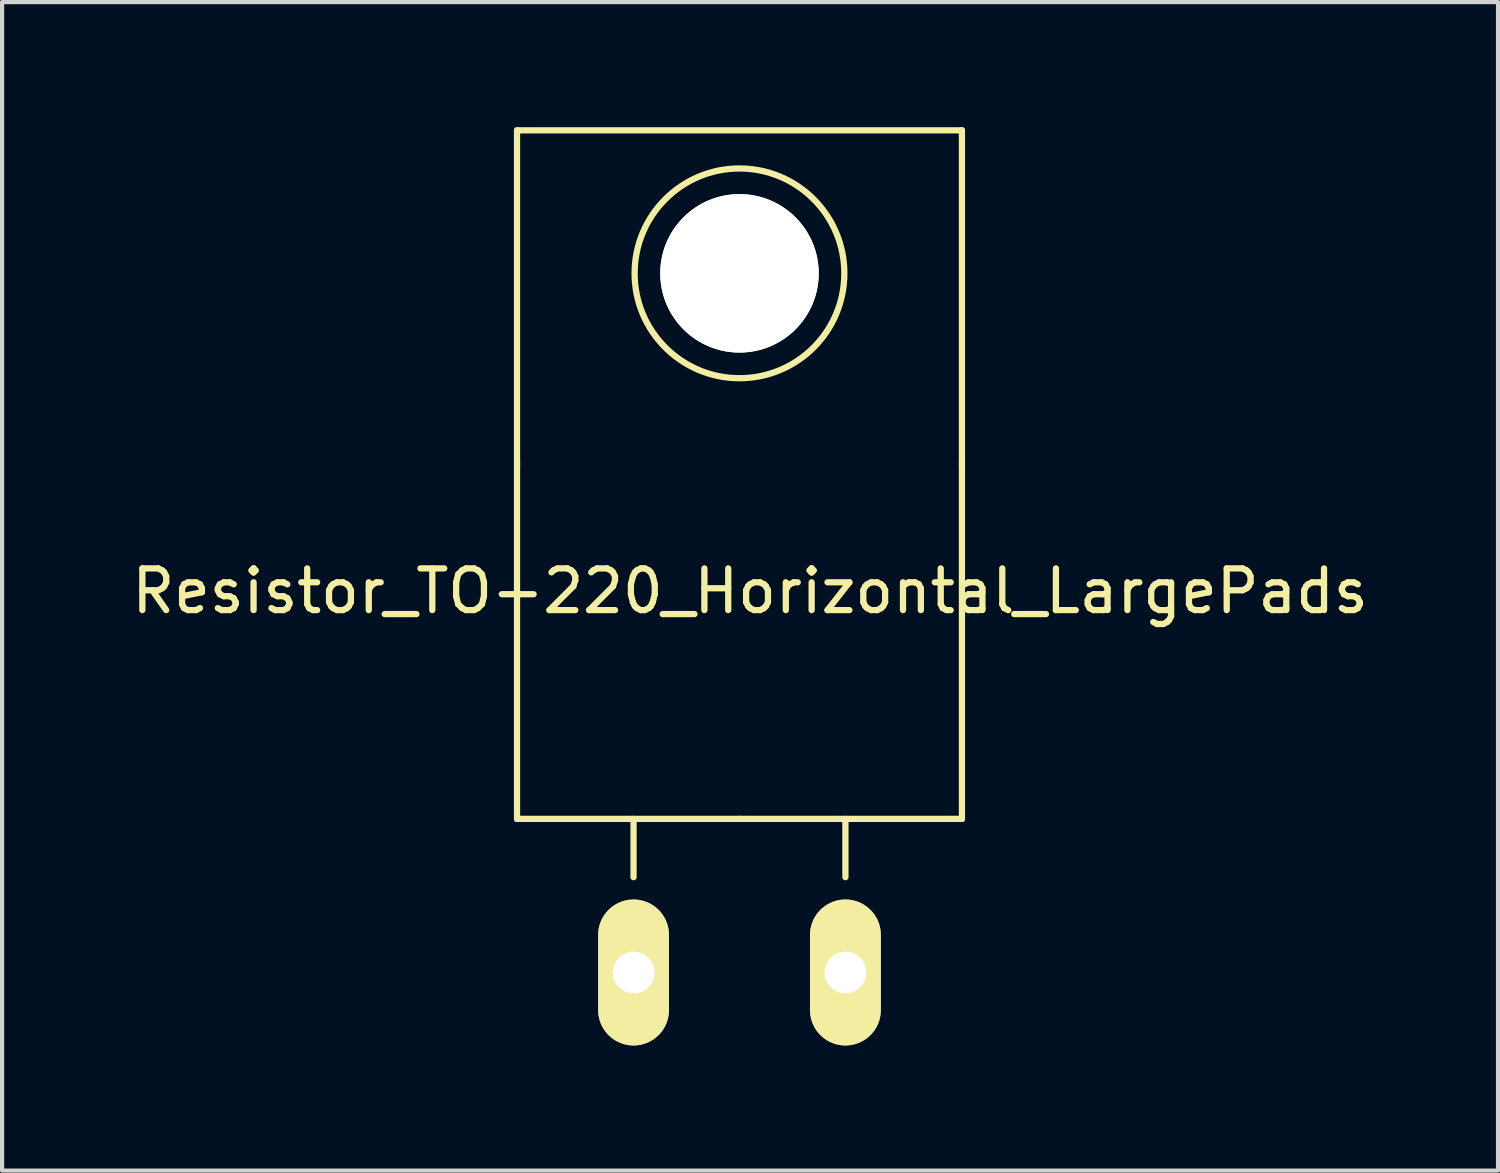
<source format=kicad_pcb>
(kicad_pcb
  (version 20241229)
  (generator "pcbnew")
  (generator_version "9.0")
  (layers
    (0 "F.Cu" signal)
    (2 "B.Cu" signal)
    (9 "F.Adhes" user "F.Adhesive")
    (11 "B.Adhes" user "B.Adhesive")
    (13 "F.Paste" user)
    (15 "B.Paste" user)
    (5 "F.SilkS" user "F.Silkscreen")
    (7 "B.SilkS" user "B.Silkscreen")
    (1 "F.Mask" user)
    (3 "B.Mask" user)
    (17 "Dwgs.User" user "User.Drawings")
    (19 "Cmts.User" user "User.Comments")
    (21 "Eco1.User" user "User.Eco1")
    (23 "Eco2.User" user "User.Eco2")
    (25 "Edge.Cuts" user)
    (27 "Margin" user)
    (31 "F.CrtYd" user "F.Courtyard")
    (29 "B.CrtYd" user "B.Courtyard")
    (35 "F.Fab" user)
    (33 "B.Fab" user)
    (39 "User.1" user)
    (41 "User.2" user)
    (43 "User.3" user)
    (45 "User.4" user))
  (footprint "Resistor_TO-220_Horizontal_LargePads"
    (layer "F.Cu")
    (at 14.681 20.268)
    (property "Reference" "Resistor_TO-220_Horizontal_LargePads" (at 0.254 -9.144 0) (layer "F.SilkS") (effects (font (size 1 1) (thickness 0.15))))
    (attr through_hole)
    (fp_line (start -5.334 -20.193) (end -5.334 -12.192) (stroke (width 0.15) (type solid)) (layer "F.SilkS"))
    (fp_line (start -5.334 -12.192) (end -5.334 -3.683) (stroke (width 0.15) (type solid)) (layer "F.SilkS"))
    (fp_line (start -2.54 -3.683) (end -2.54 -2.286) (stroke (width 0.15) (type solid)) (layer "F.SilkS"))
    (fp_line (start 0 -3.683) (end -5.334 -3.683) (stroke (width 0.15) (type solid)) (layer "F.SilkS"))
    (fp_line (start 0 -3.683) (end 5.334 -3.683) (stroke (width 0.15) (type solid)) (layer "F.SilkS"))
    (fp_line (start 2.54 -3.683) (end 2.54 -2.286) (stroke (width 0.15) (type solid)) (layer "F.SilkS"))
    (fp_line (start 5.334 -20.193) (end -5.334 -20.193) (stroke (width 0.15) (type solid)) (layer "F.SilkS"))
    (fp_line (start 5.334 -12.192) (end 5.334 -20.193) (stroke (width 0.15) (type solid)) (layer "F.SilkS"))
    (fp_line (start 5.334 -3.683) (end 5.334 -12.192) (stroke (width 0.15) (type solid)) (layer "F.SilkS"))
    (fp_circle (center 0 -16.764) (end 1.778 -14.986) (stroke (width 0.15) (type solid)) (fill no) (layer "F.SilkS"))
    (pad "" np_thru_hole circle (at 0 -16.764 90) (size 3.8 3.8) (drill 3.8) (layers "*.Cu" "*.Mask" "F.SilkS"))
    (pad "1" thru_hole oval (at -2.54 0 90) (size 3.5 1.699) (drill 1.001) (layers "*.Cu" "*.Mask" "F.SilkS"))
    (pad "2" thru_hole oval (at 2.54 0 90) (size 3.5 1.699) (drill 1.001) (layers "*.Cu" "*.Mask" "F.SilkS")))
  (gr_rect
    (start -3 -3)
    (end 32.869 25.018)
    (stroke (width 0.1) (type default))
    (fill no)
    (layer "Edge.Cuts")))
</source>
